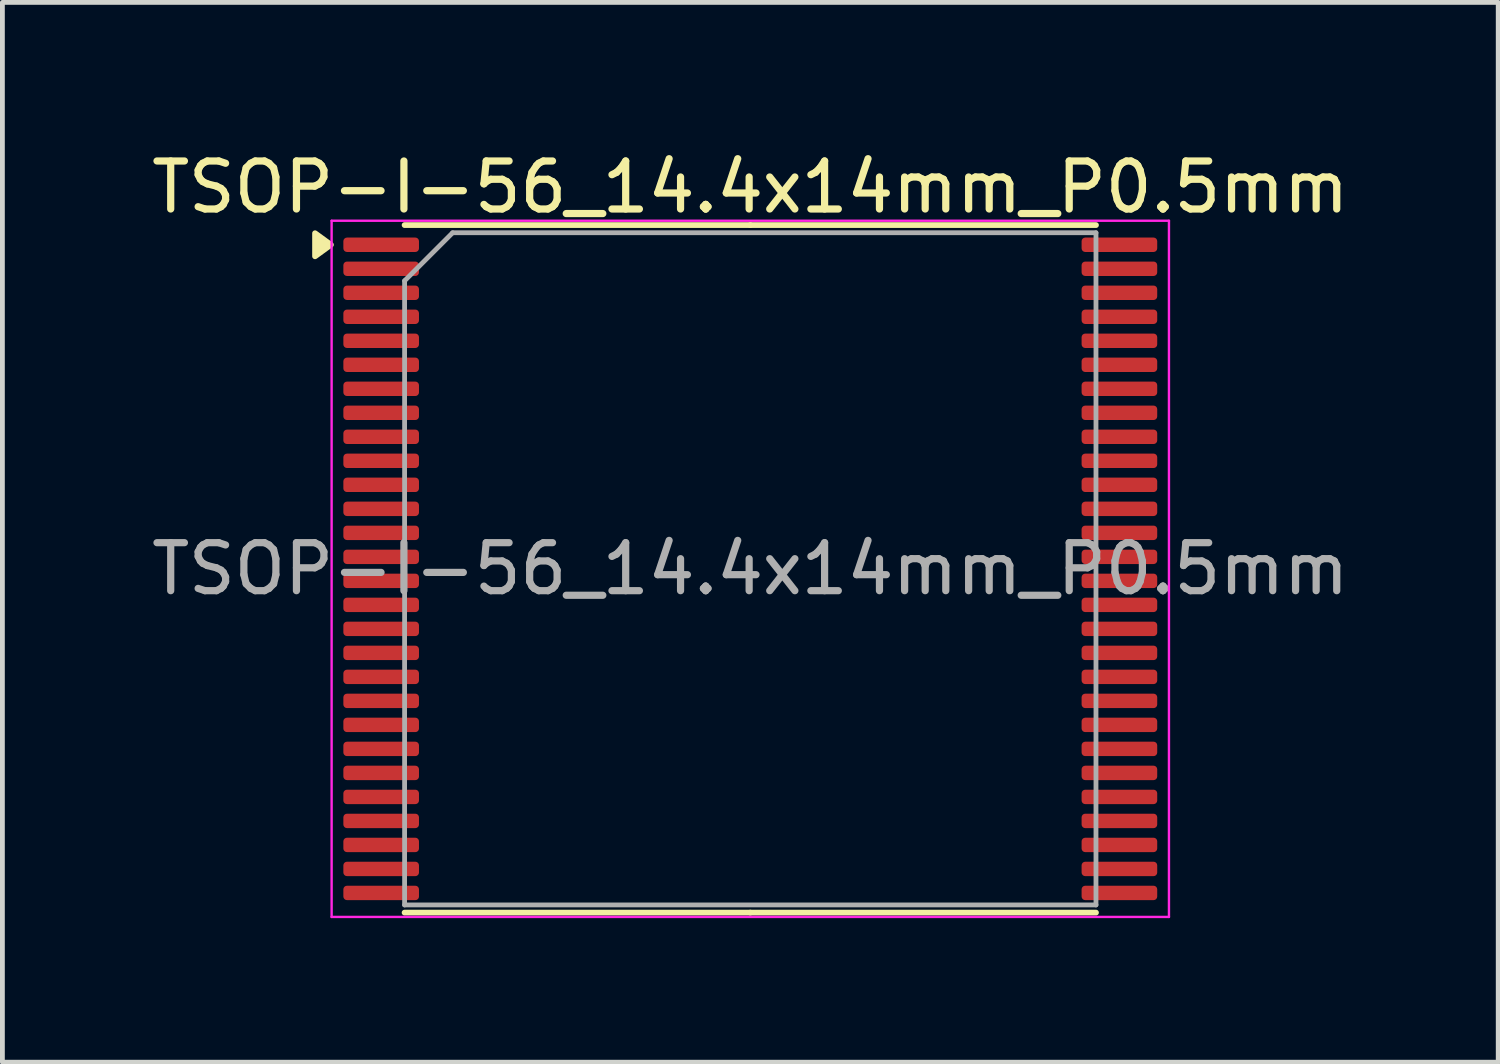
<source format=kicad_pcb>
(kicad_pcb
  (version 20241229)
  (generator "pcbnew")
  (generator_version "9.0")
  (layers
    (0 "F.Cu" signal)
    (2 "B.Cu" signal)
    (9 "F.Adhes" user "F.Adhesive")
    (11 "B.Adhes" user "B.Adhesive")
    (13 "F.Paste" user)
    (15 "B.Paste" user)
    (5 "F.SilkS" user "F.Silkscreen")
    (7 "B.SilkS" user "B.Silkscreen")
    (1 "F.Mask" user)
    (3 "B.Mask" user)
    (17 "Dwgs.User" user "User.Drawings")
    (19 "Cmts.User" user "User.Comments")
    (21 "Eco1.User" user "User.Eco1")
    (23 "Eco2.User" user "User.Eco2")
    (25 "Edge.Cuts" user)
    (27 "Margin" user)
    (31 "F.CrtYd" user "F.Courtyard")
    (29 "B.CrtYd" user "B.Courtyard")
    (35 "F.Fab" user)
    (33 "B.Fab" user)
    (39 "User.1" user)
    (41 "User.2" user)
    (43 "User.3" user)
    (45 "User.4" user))
  (footprint "TSOP-I-56_14.4x14mm_P0.5mm"
    (layer "F.Cu")
    (at 12.577 8.798)
    (property "Reference" "TSOP-I-56_14.4x14mm_P0.5mm" (at 0 -7.95 0) (layer "F.SilkS") (effects (font (size 1 1) (thickness 0.15))))
    (attr smd)
    (fp_line (start 0 -7.16) (end -7.2 -7.16) (stroke (width 0.12) (type solid)) (layer "F.SilkS"))
    (fp_line (start 0 -7.16) (end 7.2 -7.16) (stroke (width 0.12) (type solid)) (layer "F.SilkS"))
    (fp_line (start 0 7.16) (end -7.2 7.16) (stroke (width 0.12) (type solid)) (layer "F.SilkS"))
    (fp_line (start 0 7.16) (end 7.2 7.16) (stroke (width 0.12) (type solid)) (layer "F.SilkS"))
    (fp_poly (pts (xy -8.735 -6.75) (xy -9.065 -6.99) (xy -9.065 -6.51) (xy -8.735 -6.75)) (stroke (width 0.12) (type solid)) (fill yes) (layer "F.SilkS"))
    (fp_line (start -8.72 -7.25) (end -8.72 7.25) (stroke (width 0.05) (type solid)) (layer "F.CrtYd"))
    (fp_line (start -8.72 7.25) (end 8.72 7.25) (stroke (width 0.05) (type solid)) (layer "F.CrtYd"))
    (fp_line (start 8.72 -7.25) (end -8.72 -7.25) (stroke (width 0.05) (type solid)) (layer "F.CrtYd"))
    (fp_line (start 8.72 7.25) (end 8.72 -7.25) (stroke (width 0.05) (type solid)) (layer "F.CrtYd"))
    (fp_line (start -7.2 -6) (end -6.2 -7) (stroke (width 0.1) (type solid)) (layer "F.Fab"))
    (fp_line (start -7.2 7) (end -7.2 -6) (stroke (width 0.1) (type solid)) (layer "F.Fab"))
    (fp_line (start -6.2 -7) (end 7.2 -7) (stroke (width 0.1) (type solid)) (layer "F.Fab"))
    (fp_line (start 7.2 -7) (end 7.2 7) (stroke (width 0.1) (type solid)) (layer "F.Fab"))
    (fp_line (start 7.2 7) (end -7.2 7) (stroke (width 0.1) (type solid)) (layer "F.Fab"))
    (fp_text user "${REFERENCE}" (at 0 0 0) (layer "F.Fab") (effects (font (size 1 1) (thickness 0.15))))
    (pad "1" smd roundrect (at -7.688 -6.75) (size 1.575 0.3) (layers "F.Cu" "F.Mask" "F.Paste") (roundrect_rratio 0.25))
    (pad "2" smd roundrect (at -7.688 -6.25) (size 1.575 0.3) (layers "F.Cu" "F.Mask" "F.Paste") (roundrect_rratio 0.25))
    (pad "3" smd roundrect (at -7.688 -5.75) (size 1.575 0.3) (layers "F.Cu" "F.Mask" "F.Paste") (roundrect_rratio 0.25))
    (pad "4" smd roundrect (at -7.688 -5.25) (size 1.575 0.3) (layers "F.Cu" "F.Mask" "F.Paste") (roundrect_rratio 0.25))
    (pad "5" smd roundrect (at -7.688 -4.75) (size 1.575 0.3) (layers "F.Cu" "F.Mask" "F.Paste") (roundrect_rratio 0.25))
    (pad "6" smd roundrect (at -7.688 -4.25) (size 1.575 0.3) (layers "F.Cu" "F.Mask" "F.Paste") (roundrect_rratio 0.25))
    (pad "7" smd roundrect (at -7.688 -3.75) (size 1.575 0.3) (layers "F.Cu" "F.Mask" "F.Paste") (roundrect_rratio 0.25))
    (pad "8" smd roundrect (at -7.688 -3.25) (size 1.575 0.3) (layers "F.Cu" "F.Mask" "F.Paste") (roundrect_rratio 0.25))
    (pad "9" smd roundrect (at -7.688 -2.75) (size 1.575 0.3) (layers "F.Cu" "F.Mask" "F.Paste") (roundrect_rratio 0.25))
    (pad "10" smd roundrect (at -7.688 -2.25) (size 1.575 0.3) (layers "F.Cu" "F.Mask" "F.Paste") (roundrect_rratio 0.25))
    (pad "11" smd roundrect (at -7.688 -1.75) (size 1.575 0.3) (layers "F.Cu" "F.Mask" "F.Paste") (roundrect_rratio 0.25))
    (pad "12" smd roundrect (at -7.688 -1.25) (size 1.575 0.3) (layers "F.Cu" "F.Mask" "F.Paste") (roundrect_rratio 0.25))
    (pad "13" smd roundrect (at -7.688 -0.75) (size 1.575 0.3) (layers "F.Cu" "F.Mask" "F.Paste") (roundrect_rratio 0.25))
    (pad "14" smd roundrect (at -7.688 -0.25) (size 1.575 0.3) (layers "F.Cu" "F.Mask" "F.Paste") (roundrect_rratio 0.25))
    (pad "15" smd roundrect (at -7.688 0.25) (size 1.575 0.3) (layers "F.Cu" "F.Mask" "F.Paste") (roundrect_rratio 0.25))
    (pad "16" smd roundrect (at -7.688 0.75) (size 1.575 0.3) (layers "F.Cu" "F.Mask" "F.Paste") (roundrect_rratio 0.25))
    (pad "17" smd roundrect (at -7.688 1.25) (size 1.575 0.3) (layers "F.Cu" "F.Mask" "F.Paste") (roundrect_rratio 0.25))
    (pad "18" smd roundrect (at -7.688 1.75) (size 1.575 0.3) (layers "F.Cu" "F.Mask" "F.Paste") (roundrect_rratio 0.25))
    (pad "19" smd roundrect (at -7.688 2.25) (size 1.575 0.3) (layers "F.Cu" "F.Mask" "F.Paste") (roundrect_rratio 0.25))
    (pad "20" smd roundrect (at -7.688 2.75) (size 1.575 0.3) (layers "F.Cu" "F.Mask" "F.Paste") (roundrect_rratio 0.25))
    (pad "21" smd roundrect (at -7.688 3.25) (size 1.575 0.3) (layers "F.Cu" "F.Mask" "F.Paste") (roundrect_rratio 0.25))
    (pad "22" smd roundrect (at -7.688 3.75) (size 1.575 0.3) (layers "F.Cu" "F.Mask" "F.Paste") (roundrect_rratio 0.25))
    (pad "23" smd roundrect (at -7.688 4.25) (size 1.575 0.3) (layers "F.Cu" "F.Mask" "F.Paste") (roundrect_rratio 0.25))
    (pad "24" smd roundrect (at -7.688 4.75) (size 1.575 0.3) (layers "F.Cu" "F.Mask" "F.Paste") (roundrect_rratio 0.25))
    (pad "25" smd roundrect (at -7.688 5.25) (size 1.575 0.3) (layers "F.Cu" "F.Mask" "F.Paste") (roundrect_rratio 0.25))
    (pad "26" smd roundrect (at -7.688 5.75) (size 1.575 0.3) (layers "F.Cu" "F.Mask" "F.Paste") (roundrect_rratio 0.25))
    (pad "27" smd roundrect (at -7.688 6.25) (size 1.575 0.3) (layers "F.Cu" "F.Mask" "F.Paste") (roundrect_rratio 0.25))
    (pad "28" smd roundrect (at -7.688 6.75) (size 1.575 0.3) (layers "F.Cu" "F.Mask" "F.Paste") (roundrect_rratio 0.25))
    (pad "29" smd roundrect (at 7.688 6.75) (size 1.575 0.3) (layers "F.Cu" "F.Mask" "F.Paste") (roundrect_rratio 0.25))
    (pad "30" smd roundrect (at 7.688 6.25) (size 1.575 0.3) (layers "F.Cu" "F.Mask" "F.Paste") (roundrect_rratio 0.25))
    (pad "31" smd roundrect (at 7.688 5.75) (size 1.575 0.3) (layers "F.Cu" "F.Mask" "F.Paste") (roundrect_rratio 0.25))
    (pad "32" smd roundrect (at 7.688 5.25) (size 1.575 0.3) (layers "F.Cu" "F.Mask" "F.Paste") (roundrect_rratio 0.25))
    (pad "33" smd roundrect (at 7.688 4.75) (size 1.575 0.3) (layers "F.Cu" "F.Mask" "F.Paste") (roundrect_rratio 0.25))
    (pad "34" smd roundrect (at 7.688 4.25) (size 1.575 0.3) (layers "F.Cu" "F.Mask" "F.Paste") (roundrect_rratio 0.25))
    (pad "35" smd roundrect (at 7.688 3.75) (size 1.575 0.3) (layers "F.Cu" "F.Mask" "F.Paste") (roundrect_rratio 0.25))
    (pad "36" smd roundrect (at 7.688 3.25) (size 1.575 0.3) (layers "F.Cu" "F.Mask" "F.Paste") (roundrect_rratio 0.25))
    (pad "37" smd roundrect (at 7.688 2.75) (size 1.575 0.3) (layers "F.Cu" "F.Mask" "F.Paste") (roundrect_rratio 0.25))
    (pad "38" smd roundrect (at 7.688 2.25) (size 1.575 0.3) (layers "F.Cu" "F.Mask" "F.Paste") (roundrect_rratio 0.25))
    (pad "39" smd roundrect (at 7.688 1.75) (size 1.575 0.3) (layers "F.Cu" "F.Mask" "F.Paste") (roundrect_rratio 0.25))
    (pad "40" smd roundrect (at 7.688 1.25) (size 1.575 0.3) (layers "F.Cu" "F.Mask" "F.Paste") (roundrect_rratio 0.25))
    (pad "41" smd roundrect (at 7.688 0.75) (size 1.575 0.3) (layers "F.Cu" "F.Mask" "F.Paste") (roundrect_rratio 0.25))
    (pad "42" smd roundrect (at 7.688 0.25) (size 1.575 0.3) (layers "F.Cu" "F.Mask" "F.Paste") (roundrect_rratio 0.25))
    (pad "43" smd roundrect (at 7.688 -0.25) (size 1.575 0.3) (layers "F.Cu" "F.Mask" "F.Paste") (roundrect_rratio 0.25))
    (pad "44" smd roundrect (at 7.688 -0.75) (size 1.575 0.3) (layers "F.Cu" "F.Mask" "F.Paste") (roundrect_rratio 0.25))
    (pad "45" smd roundrect (at 7.688 -1.25) (size 1.575 0.3) (layers "F.Cu" "F.Mask" "F.Paste") (roundrect_rratio 0.25))
    (pad "46" smd roundrect (at 7.688 -1.75) (size 1.575 0.3) (layers "F.Cu" "F.Mask" "F.Paste") (roundrect_rratio 0.25))
    (pad "47" smd roundrect (at 7.688 -2.25) (size 1.575 0.3) (layers "F.Cu" "F.Mask" "F.Paste") (roundrect_rratio 0.25))
    (pad "48" smd roundrect (at 7.688 -2.75) (size 1.575 0.3) (layers "F.Cu" "F.Mask" "F.Paste") (roundrect_rratio 0.25))
    (pad "49" smd roundrect (at 7.688 -3.25) (size 1.575 0.3) (layers "F.Cu" "F.Mask" "F.Paste") (roundrect_rratio 0.25))
    (pad "50" smd roundrect (at 7.688 -3.75) (size 1.575 0.3) (layers "F.Cu" "F.Mask" "F.Paste") (roundrect_rratio 0.25))
    (pad "51" smd roundrect (at 7.688 -4.25) (size 1.575 0.3) (layers "F.Cu" "F.Mask" "F.Paste") (roundrect_rratio 0.25))
    (pad "52" smd roundrect (at 7.688 -4.75) (size 1.575 0.3) (layers "F.Cu" "F.Mask" "F.Paste") (roundrect_rratio 0.25))
    (pad "53" smd roundrect (at 7.688 -5.25) (size 1.575 0.3) (layers "F.Cu" "F.Mask" "F.Paste") (roundrect_rratio 0.25))
    (pad "54" smd roundrect (at 7.688 -5.75) (size 1.575 0.3) (layers "F.Cu" "F.Mask" "F.Paste") (roundrect_rratio 0.25))
    (pad "55" smd roundrect (at 7.688 -6.25) (size 1.575 0.3) (layers "F.Cu" "F.Mask" "F.Paste") (roundrect_rratio 0.25))
    (pad "56" smd roundrect (at 7.688 -6.75) (size 1.575 0.3) (layers "F.Cu" "F.Mask" "F.Paste") (roundrect_rratio 0.25)))
  (gr_rect
    (start -3 -3)
    (end 28.155 19.073)
    (stroke (width 0.1) (type default))
    (fill no)
    (layer "Edge.Cuts")))
</source>
